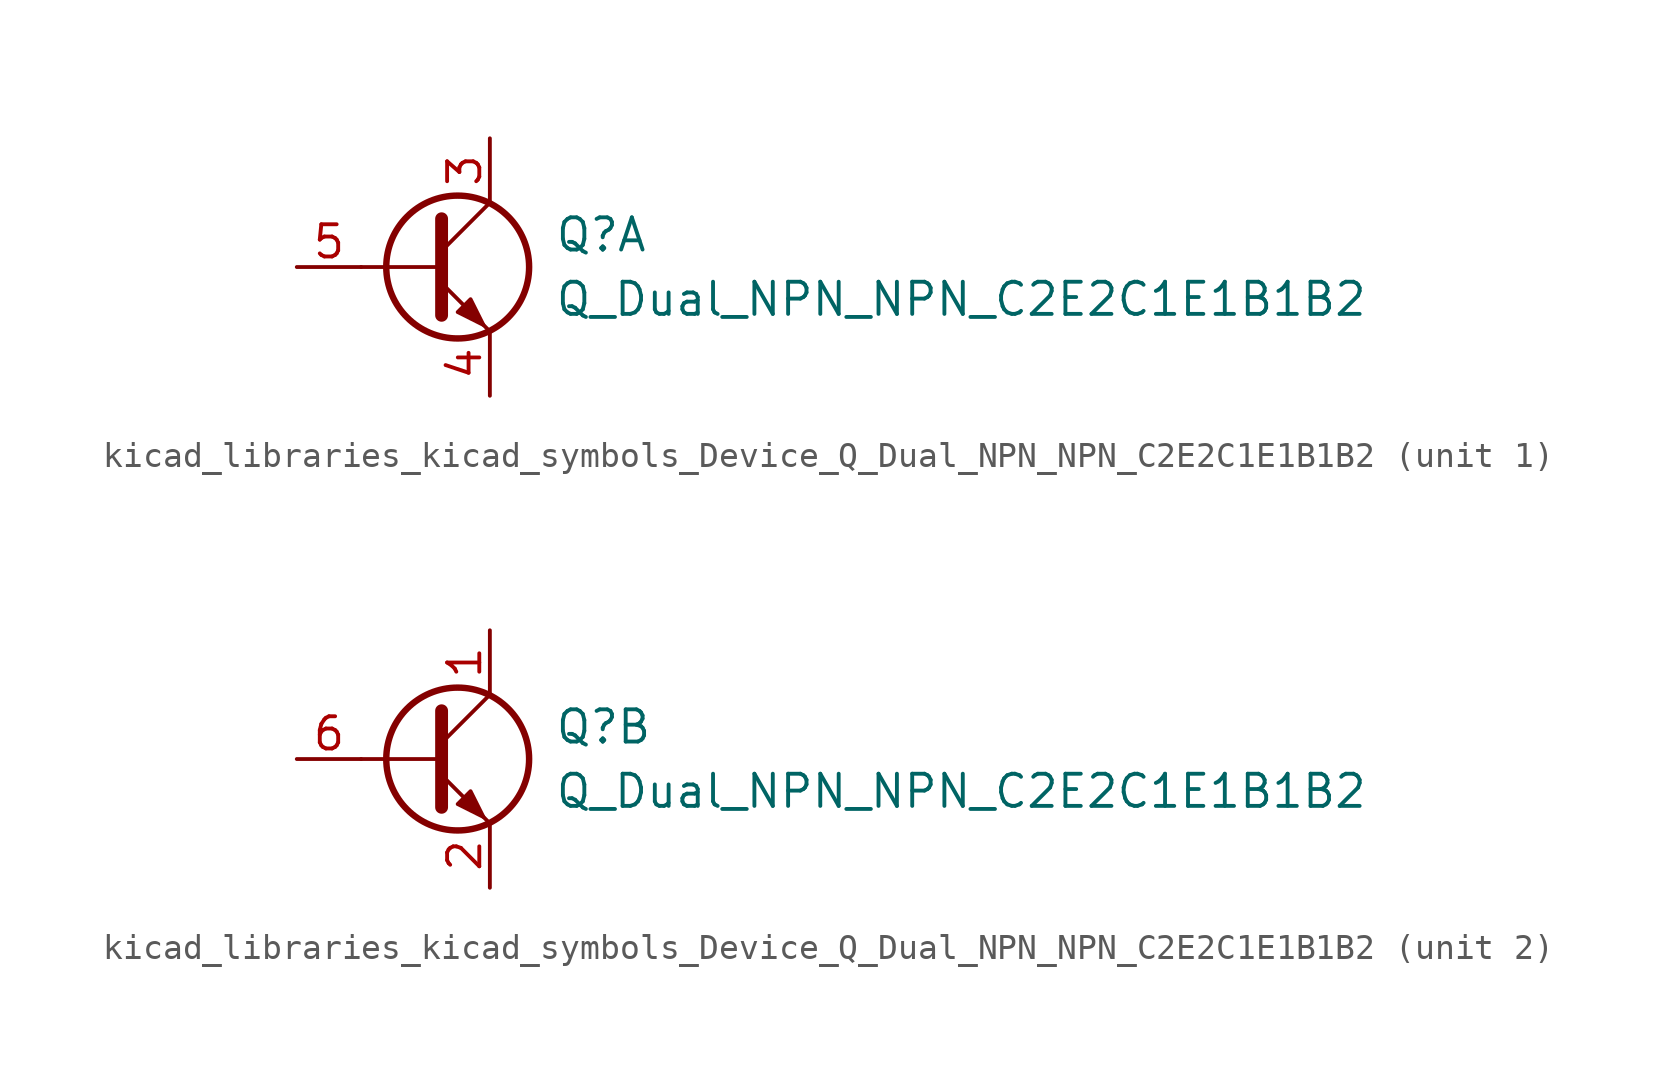
<source format=kicad_sym>
(kicad_symbol_lib
  (version 20220914)
  (generator kicad_symbol_editor)
  (symbol "kicad_libraries_kicad_symbols_Device_Q_Dual_NPN_NPN_C2E2C1E1B1B2"
    (pin_names
      (offset 0) hide)
    (property "Reference" "Q"
      (at 5.08 1.27 0)
      (effects (font (size 1.27 1.27)) (justify left)))
    (property "Value" "Q_Dual_NPN_NPN_C2E2C1E1B1B2"
      (at 5.08 -1.27 0)
      (effects (font (size 1.27 1.27)) (justify left)))
    (property "ki_locked" ""
      (at 0 0 0)
      (effects (font (size 1.27 1.27))))
    (symbol "kicad_libraries_kicad_symbols_Device_Q_Dual_NPN_NPN_C2E2C1E1B1B2_0_1"
      (polyline (pts (xy 0.635 0) (xy -2.54 0)) (stroke (width 0) (type default)) (fill (type none)))
      (polyline (pts (xy 0.635 0.635) (xy 2.54 2.54)) (stroke (width 0) (type default)) (fill (type none)))
      (polyline (pts (xy 0.635 -0.635) (xy 2.54 -2.54) (xy 2.54 -2.54)) (stroke (width 0) (type default)) (fill (type none)))
      (polyline (pts (xy 0.635 1.905) (xy 0.635 -1.905) (xy 0.635 -1.905)) (stroke (width 0.508) (type default)) (fill (type none)))
      (polyline (pts (xy 1.27 -1.778) (xy 1.778 -1.27) (xy 2.286 -2.286) (xy 1.27 -1.778) (xy 1.27 -1.778)) (stroke (width 0) (type default)) (fill (type outline)))
      (circle (center 1.27 0) (radius 2.819) (stroke (width 0.254) (type default)) (fill (type none))))
    (symbol "kicad_libraries_kicad_symbols_Device_Q_Dual_NPN_NPN_C2E2C1E1B1B2_1_1"
      (pin passive line (at 2.54 5.08 270) (length 2.54) (name "C1" (effects (font (size 1.27 1.27)))) (number "3" (effects (font (size 1.27 1.27)))))
      (pin passive line (at 2.54 -5.08 90) (length 2.54) (name "E1" (effects (font (size 1.27 1.27)))) (number "4" (effects (font (size 1.27 1.27)))))
      (pin input line (at -5.08 0 0) (length 2.54) (name "B1" (effects (font (size 1.27 1.27)))) (number "5" (effects (font (size 1.27 1.27))))))
    (symbol "kicad_libraries_kicad_symbols_Device_Q_Dual_NPN_NPN_C2E2C1E1B1B2_2_1"
      (pin passive line (at 2.54 5.08 270) (length 2.54) (name "C2" (effects (font (size 1.27 1.27)))) (number "1" (effects (font (size 1.27 1.27)))))
      (pin passive line (at 2.54 -5.08 90) (length 2.54) (name "E2" (effects (font (size 1.27 1.27)))) (number "2" (effects (font (size 1.27 1.27)))))
      (pin input line (at -5.08 0 0) (length 2.54) (name "B2" (effects (font (size 1.27 1.27)))) (number "6" (effects (font (size 1.27 1.27))))))))
</source>
